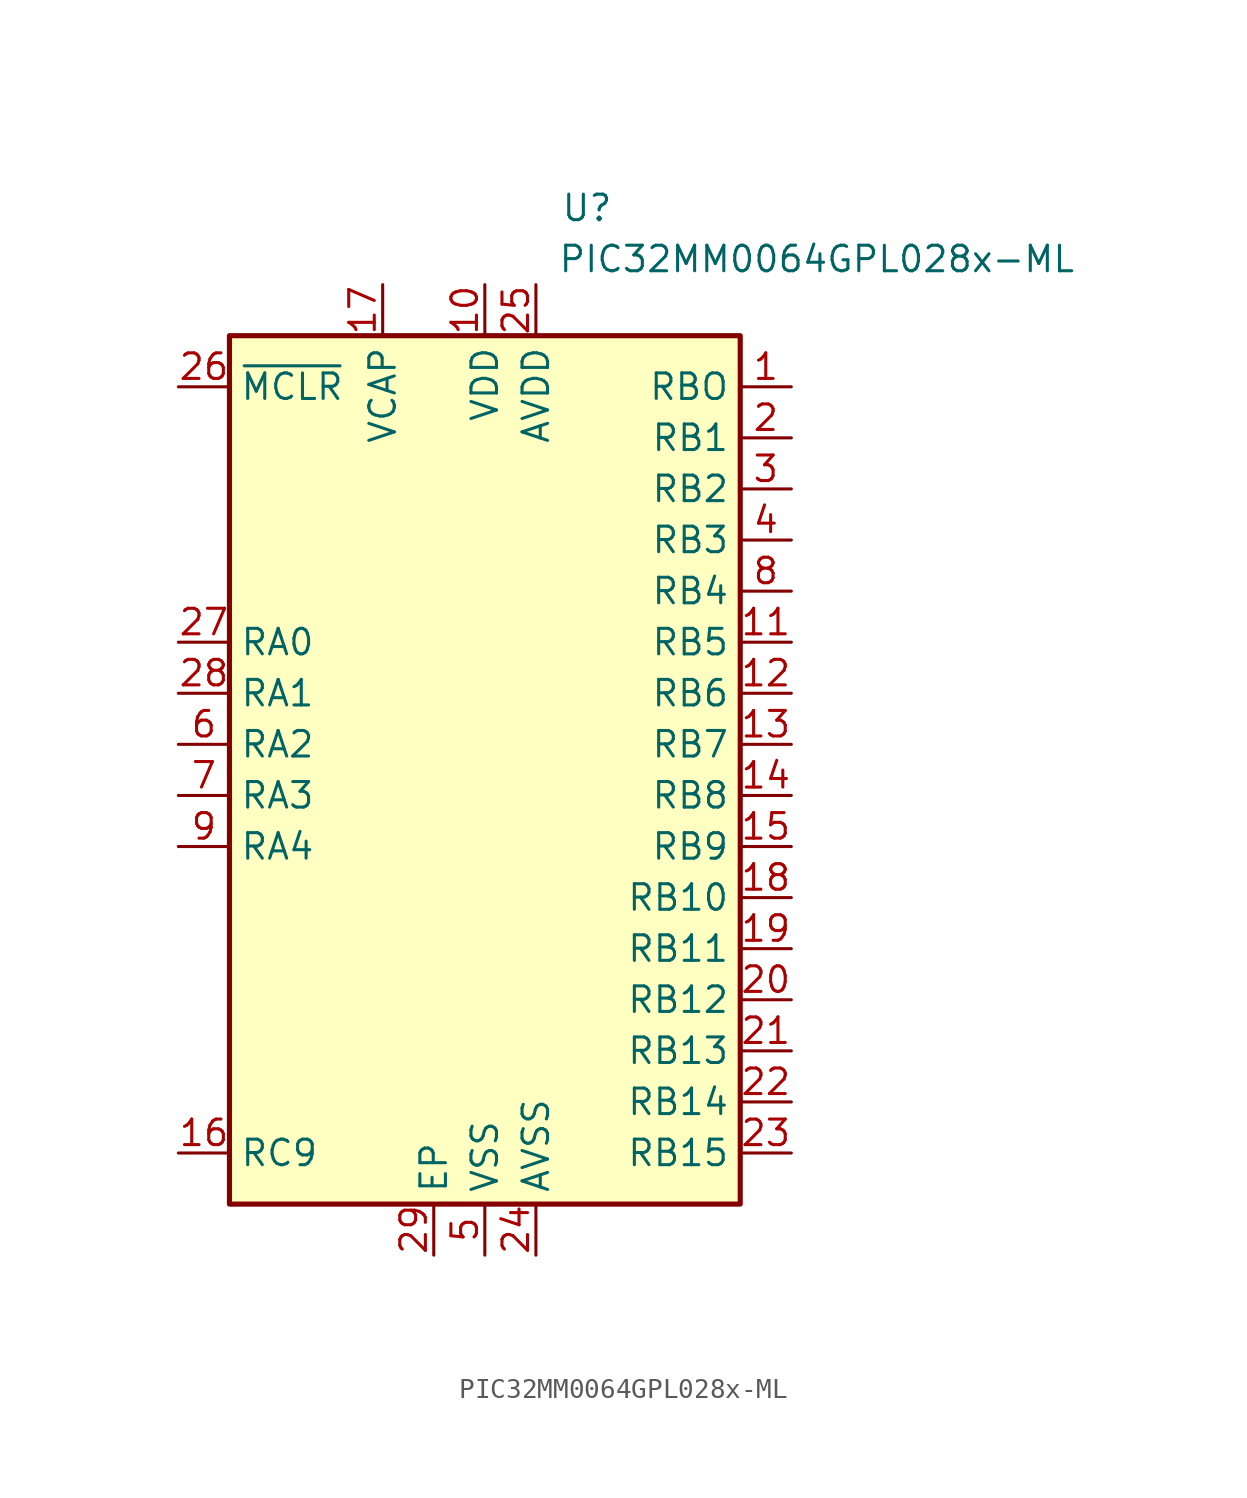
<source format=kicad_sym>
(kicad_symbol_lib
  (version 20211014)
  (generator kicad_symbol_editor)
  (symbol "PIC32MM0064GPL028x-ML"
    (property "Reference" "U"
      (at 5.08 26.67 0)
      (effects (font (size 1.27 1.27))))
    (property "Value" "PIC32MM0064GPL028x-ML"
      (at 16.51 24.13 0)
      (effects (font (size 1.27 1.27))))
    (symbol "PIC32MM0064GPL028x-ML_0_0"
      (pin bidirectional line (at 15.24 17.78 180) (length 2.54) (name "RBO" (effects (font (size 1.27 1.27)))) (number "1" (effects (font (size 1.27 1.27)))))
      (pin power_in line (at 0 22.86 270) (length 2.54) (name "VDD" (effects (font (size 1.27 1.27)))) (number "10" (effects (font (size 1.27 1.27)))))
      (pin bidirectional line (at 15.24 5.08 180) (length 2.54) (name "RB5" (effects (font (size 1.27 1.27)))) (number "11" (effects (font (size 1.27 1.27)))))
      (pin bidirectional line (at 15.24 2.54 180) (length 2.54) (name "RB6" (effects (font (size 1.27 1.27)))) (number "12" (effects (font (size 1.27 1.27)))))
      (pin bidirectional line (at 15.24 0 180) (length 2.54) (name "RB7" (effects (font (size 1.27 1.27)))) (number "13" (effects (font (size 1.27 1.27)))))
      (pin bidirectional line (at 15.24 -2.54 180) (length 2.54) (name "RB8" (effects (font (size 1.27 1.27)))) (number "14" (effects (font (size 1.27 1.27)))))
      (pin bidirectional line (at 15.24 -5.08 180) (length 2.54) (name "RB9" (effects (font (size 1.27 1.27)))) (number "15" (effects (font (size 1.27 1.27)))))
      (pin bidirectional line (at -15.24 -20.32 0) (length 2.54) (name "RC9" (effects (font (size 1.27 1.27)))) (number "16" (effects (font (size 1.27 1.27)))))
      (pin power_out line (at -5.08 22.86 270) (length 2.54) (name "VCAP" (effects (font (size 1.27 1.27)))) (number "17" (effects (font (size 1.27 1.27)))))
      (pin bidirectional line (at 15.24 -7.62 180) (length 2.54) (name "RB10" (effects (font (size 1.27 1.27)))) (number "18" (effects (font (size 1.27 1.27)))))
      (pin bidirectional line (at 15.24 -10.16 180) (length 2.54) (name "RB11" (effects (font (size 1.27 1.27)))) (number "19" (effects (font (size 1.27 1.27)))))
      (pin bidirectional line (at 15.24 15.24 180) (length 2.54) (name "RB1" (effects (font (size 1.27 1.27)))) (number "2" (effects (font (size 1.27 1.27)))))
      (pin bidirectional line (at 15.24 -12.7 180) (length 2.54) (name "RB12" (effects (font (size 1.27 1.27)))) (number "20" (effects (font (size 1.27 1.27)))))
      (pin bidirectional line (at 15.24 -15.24 180) (length 2.54) (name "RB13" (effects (font (size 1.27 1.27)))) (number "21" (effects (font (size 1.27 1.27)))))
      (pin bidirectional line (at 15.24 -17.78 180) (length 2.54) (name "RB14" (effects (font (size 1.27 1.27)))) (number "22" (effects (font (size 1.27 1.27)))))
      (pin bidirectional line (at 15.24 -20.32 180) (length 2.54) (name "RB15" (effects (font (size 1.27 1.27)))) (number "23" (effects (font (size 1.27 1.27)))))
      (pin power_in line (at 2.54 -25.4 90) (length 2.54) (name "AVSS" (effects (font (size 1.27 1.27)))) (number "24" (effects (font (size 1.27 1.27)))))
      (pin power_in line (at 2.54 22.86 270) (length 2.54) (name "AVDD" (effects (font (size 1.27 1.27)))) (number "25" (effects (font (size 1.27 1.27)))))
      (pin input line (at -15.24 17.78 0) (length 2.54) (name "~{MCLR}" (effects (font (size 1.27 1.27)))) (number "26" (effects (font (size 1.27 1.27)))))
      (pin bidirectional line (at -15.24 5.08 0) (length 2.54) (name "RA0" (effects (font (size 1.27 1.27)))) (number "27" (effects (font (size 1.27 1.27)))))
      (pin bidirectional line (at -15.24 2.54 0) (length 2.54) (name "RA1" (effects (font (size 1.27 1.27)))) (number "28" (effects (font (size 1.27 1.27)))))
      (pin passive line (at -2.54 -25.4 90) (length 2.54) (name "EP" (effects (font (size 1.27 1.27)))) (number "29" (effects (font (size 1.27 1.27)))))
      (pin bidirectional line (at 15.24 12.7 180) (length 2.54) (name "RB2" (effects (font (size 1.27 1.27)))) (number "3" (effects (font (size 1.27 1.27)))))
      (pin bidirectional line (at 15.24 10.16 180) (length 2.54) (name "RB3" (effects (font (size 1.27 1.27)))) (number "4" (effects (font (size 1.27 1.27)))))
      (pin power_in line (at 0 -25.4 90) (length 2.54) (name "VSS" (effects (font (size 1.27 1.27)))) (number "5" (effects (font (size 1.27 1.27)))))
      (pin bidirectional line (at -15.24 0 0) (length 2.54) (name "RA2" (effects (font (size 1.27 1.27)))) (number "6" (effects (font (size 1.27 1.27)))))
      (pin bidirectional line (at -15.24 -2.54 0) (length 2.54) (name "RA3" (effects (font (size 1.27 1.27)))) (number "7" (effects (font (size 1.27 1.27)))))
      (pin bidirectional line (at 15.24 7.62 180) (length 2.54) (name "RB4" (effects (font (size 1.27 1.27)))) (number "8" (effects (font (size 1.27 1.27)))))
      (pin bidirectional line (at -15.24 -5.08 0) (length 2.54) (name "RA4" (effects (font (size 1.27 1.27)))) (number "9" (effects (font (size 1.27 1.27))))))
    (symbol "PIC32MM0064GPL028x-ML_0_1"
      (rectangle (start -12.7 20.32) (end 12.7 -22.86) (stroke (width 0.254) (type default) (color 0 0 0 0)) (fill (type background))))))
</source>
